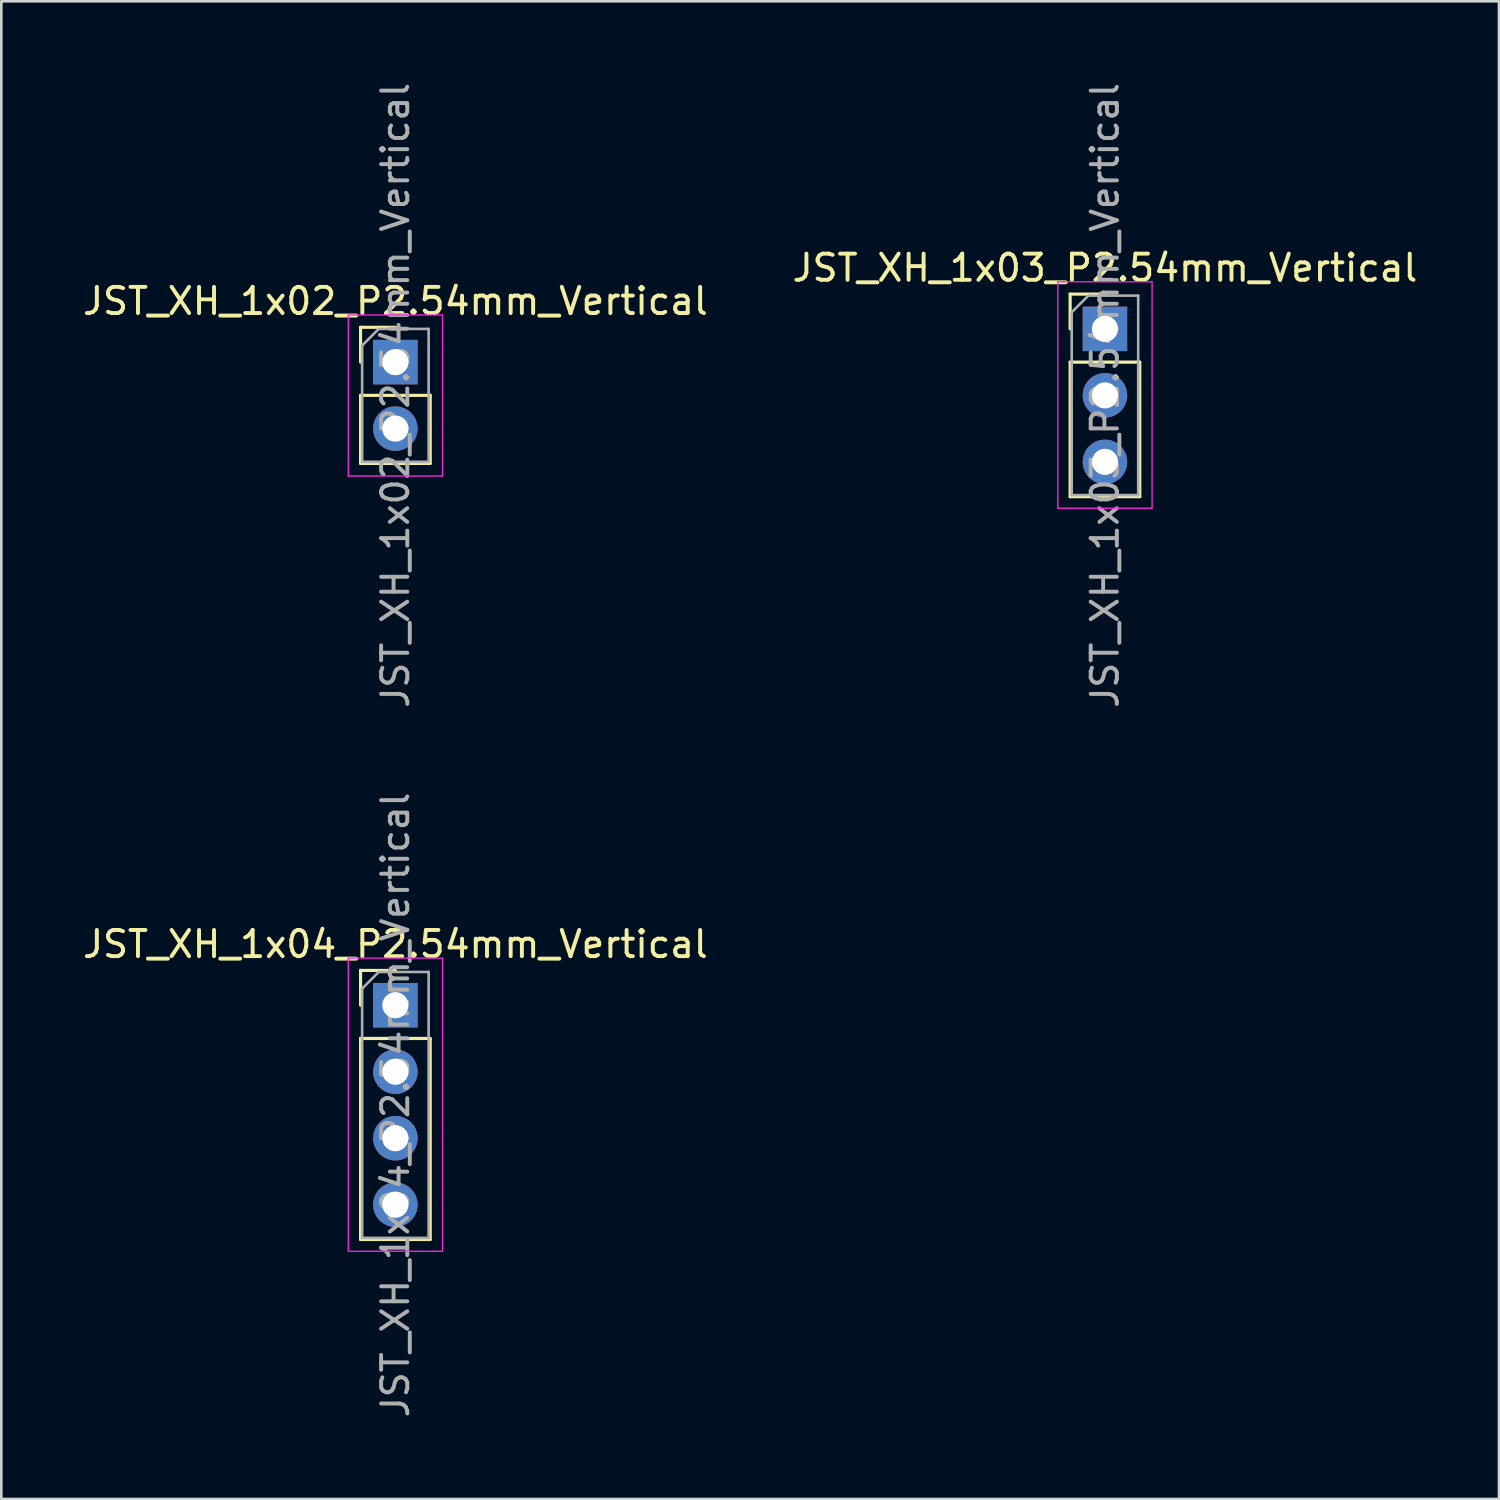
<source format=kicad_pcb>
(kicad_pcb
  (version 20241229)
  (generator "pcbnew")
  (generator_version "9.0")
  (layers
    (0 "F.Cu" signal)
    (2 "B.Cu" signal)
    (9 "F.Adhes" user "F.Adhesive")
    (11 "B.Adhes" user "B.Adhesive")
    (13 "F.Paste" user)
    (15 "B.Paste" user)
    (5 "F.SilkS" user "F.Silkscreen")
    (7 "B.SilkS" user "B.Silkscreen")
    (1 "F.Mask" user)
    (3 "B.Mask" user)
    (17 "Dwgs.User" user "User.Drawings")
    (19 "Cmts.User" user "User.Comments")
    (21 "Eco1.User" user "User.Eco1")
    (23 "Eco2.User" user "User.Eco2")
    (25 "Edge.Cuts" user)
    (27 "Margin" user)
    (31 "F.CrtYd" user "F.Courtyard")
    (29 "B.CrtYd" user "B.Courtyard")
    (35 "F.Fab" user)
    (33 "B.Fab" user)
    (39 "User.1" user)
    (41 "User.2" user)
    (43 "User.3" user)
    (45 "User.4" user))
  (footprint "JST_XH_1x03_P2.54mm_Vertical"
    (layer "F.Cu")
    (at 39.161 9.514)
    (property "Reference" "JST_XH_1x03_P2.54mm_Vertical" (at 0 -2.33 0) (layer "F.SilkS") (effects (font (size 1 1) (thickness 0.15))))
    (attr through_hole)
    (fp_line (start -1.33 -1.33) (end 0 -1.33) (stroke (width 0.12) (type solid)) (layer "F.SilkS"))
    (fp_line (start -1.33 0) (end -1.33 -1.33) (stroke (width 0.12) (type solid)) (layer "F.SilkS"))
    (fp_line (start -1.33 1.27) (end -1.33 6.41) (stroke (width 0.12) (type solid)) (layer "F.SilkS"))
    (fp_line (start -1.33 1.27) (end 1.33 1.27) (stroke (width 0.12) (type solid)) (layer "F.SilkS"))
    (fp_line (start -1.33 6.41) (end 1.33 6.41) (stroke (width 0.12) (type solid)) (layer "F.SilkS"))
    (fp_line (start 1.33 1.27) (end 1.33 6.41) (stroke (width 0.12) (type solid)) (layer "F.SilkS"))
    (fp_line (start -1.8 -1.8) (end -1.8 6.85) (stroke (width 0.05) (type solid)) (layer "F.CrtYd"))
    (fp_line (start -1.8 6.85) (end 1.8 6.85) (stroke (width 0.05) (type solid)) (layer "F.CrtYd"))
    (fp_line (start 1.8 -1.8) (end -1.8 -1.8) (stroke (width 0.05) (type solid)) (layer "F.CrtYd"))
    (fp_line (start 1.8 6.85) (end 1.8 -1.8) (stroke (width 0.05) (type solid)) (layer "F.CrtYd"))
    (fp_line (start -1.27 -0.635) (end -0.635 -1.27) (stroke (width 0.1) (type solid)) (layer "F.Fab"))
    (fp_line (start -1.27 6.35) (end -1.27 -0.635) (stroke (width 0.1) (type solid)) (layer "F.Fab"))
    (fp_line (start -0.635 -1.27) (end 1.27 -1.27) (stroke (width 0.1) (type solid)) (layer "F.Fab"))
    (fp_line (start 1.27 -1.27) (end 1.27 6.35) (stroke (width 0.1) (type solid)) (layer "F.Fab"))
    (fp_line (start 1.27 6.35) (end -1.27 6.35) (stroke (width 0.1) (type solid)) (layer "F.Fab"))
    (fp_text user "${REFERENCE}" (at 0 2.54 90) (layer "F.Fab") (effects (font (size 1 1) (thickness 0.15))))
    (pad "1" thru_hole rect (at 0 0) (size 1.7 1.7) (drill 1) (layers "*.Cu" "*.Mask"))
    (pad "2" thru_hole oval (at 0 2.54) (size 1.7 1.7) (drill 1) (layers "*.Cu" "*.Mask"))
    (pad "3" thru_hole oval (at 0 5.08) (size 1.7 1.7) (drill 1) (layers "*.Cu" "*.Mask")))
  (footprint "JST_XH_1x04_P2.54mm_Vertical"
    (layer "F.Cu")
    (at 12.054 35.351)
    (property "Reference" "JST_XH_1x04_P2.54mm_Vertical" (at 0 -2.33 0) (layer "F.SilkS") (effects (font (size 1 1) (thickness 0.15))))
    (attr through_hole)
    (fp_line (start -1.33 -1.33) (end 0 -1.33) (stroke (width 0.12) (type solid)) (layer "F.SilkS"))
    (fp_line (start -1.33 0) (end -1.33 -1.33) (stroke (width 0.12) (type solid)) (layer "F.SilkS"))
    (fp_line (start -1.33 1.27) (end -1.33 8.95) (stroke (width 0.12) (type solid)) (layer "F.SilkS"))
    (fp_line (start -1.33 1.27) (end 1.33 1.27) (stroke (width 0.12) (type solid)) (layer "F.SilkS"))
    (fp_line (start -1.33 8.95) (end 1.33 8.95) (stroke (width 0.12) (type solid)) (layer "F.SilkS"))
    (fp_line (start 1.33 1.27) (end 1.33 8.95) (stroke (width 0.12) (type solid)) (layer "F.SilkS"))
    (fp_line (start -1.8 -1.8) (end -1.8 9.4) (stroke (width 0.05) (type solid)) (layer "F.CrtYd"))
    (fp_line (start -1.8 9.4) (end 1.8 9.4) (stroke (width 0.05) (type solid)) (layer "F.CrtYd"))
    (fp_line (start 1.8 -1.8) (end -1.8 -1.8) (stroke (width 0.05) (type solid)) (layer "F.CrtYd"))
    (fp_line (start 1.8 9.4) (end 1.8 -1.8) (stroke (width 0.05) (type solid)) (layer "F.CrtYd"))
    (fp_line (start -1.27 -0.635) (end -0.635 -1.27) (stroke (width 0.1) (type solid)) (layer "F.Fab"))
    (fp_line (start -1.27 8.89) (end -1.27 -0.635) (stroke (width 0.1) (type solid)) (layer "F.Fab"))
    (fp_line (start -0.635 -1.27) (end 1.27 -1.27) (stroke (width 0.1) (type solid)) (layer "F.Fab"))
    (fp_line (start 1.27 -1.27) (end 1.27 8.89) (stroke (width 0.1) (type solid)) (layer "F.Fab"))
    (fp_line (start 1.27 8.89) (end -1.27 8.89) (stroke (width 0.1) (type solid)) (layer "F.Fab"))
    (fp_text user "${REFERENCE}" (at 0 3.81 90) (layer "F.Fab") (effects (font (size 1 1) (thickness 0.15))))
    (pad "1" thru_hole rect (at 0 0) (size 1.7 1.7) (drill 1) (layers "*.Cu" "*.Mask"))
    (pad "2" thru_hole oval (at 0 2.54) (size 1.7 1.7) (drill 1) (layers "*.Cu" "*.Mask"))
    (pad "3" thru_hole oval (at 0 5.08) (size 1.7 1.7) (drill 1) (layers "*.Cu" "*.Mask"))
    (pad "4" thru_hole oval (at 0 7.62) (size 1.7 1.7) (drill 1) (layers "*.Cu" "*.Mask")))
  (footprint "JST_XH_1x02_P2.54mm_Vertical"
    (layer "F.Cu")
    (at 12.054 10.784)
    (property "Reference" "JST_XH_1x02_P2.54mm_Vertical" (at 0 -2.33 0) (layer "F.SilkS") (effects (font (size 1 1) (thickness 0.15))))
    (attr through_hole)
    (fp_line (start -1.33 -1.33) (end 0 -1.33) (stroke (width 0.12) (type solid)) (layer "F.SilkS"))
    (fp_line (start -1.33 0) (end -1.33 -1.33) (stroke (width 0.12) (type solid)) (layer "F.SilkS"))
    (fp_line (start -1.33 1.27) (end -1.33 3.87) (stroke (width 0.12) (type solid)) (layer "F.SilkS"))
    (fp_line (start -1.33 1.27) (end 1.33 1.27) (stroke (width 0.12) (type solid)) (layer "F.SilkS"))
    (fp_line (start -1.33 3.87) (end 1.33 3.87) (stroke (width 0.12) (type solid)) (layer "F.SilkS"))
    (fp_line (start 1.33 1.27) (end 1.33 3.87) (stroke (width 0.12) (type solid)) (layer "F.SilkS"))
    (fp_line (start -1.8 -1.8) (end -1.8 4.35) (stroke (width 0.05) (type solid)) (layer "F.CrtYd"))
    (fp_line (start -1.8 4.35) (end 1.8 4.35) (stroke (width 0.05) (type solid)) (layer "F.CrtYd"))
    (fp_line (start 1.8 -1.8) (end -1.8 -1.8) (stroke (width 0.05) (type solid)) (layer "F.CrtYd"))
    (fp_line (start 1.8 4.35) (end 1.8 -1.8) (stroke (width 0.05) (type solid)) (layer "F.CrtYd"))
    (fp_line (start -1.27 -0.635) (end -0.635 -1.27) (stroke (width 0.1) (type solid)) (layer "F.Fab"))
    (fp_line (start -1.27 3.81) (end -1.27 -0.635) (stroke (width 0.1) (type solid)) (layer "F.Fab"))
    (fp_line (start -0.635 -1.27) (end 1.27 -1.27) (stroke (width 0.1) (type solid)) (layer "F.Fab"))
    (fp_line (start 1.27 -1.27) (end 1.27 3.81) (stroke (width 0.1) (type solid)) (layer "F.Fab"))
    (fp_line (start 1.27 3.81) (end -1.27 3.81) (stroke (width 0.1) (type solid)) (layer "F.Fab"))
    (fp_text user "${REFERENCE}" (at 0 1.27 90) (layer "F.Fab") (effects (font (size 1 1) (thickness 0.15))))
    (pad "1" thru_hole rect (at 0 0) (size 1.7 1.7) (drill 1) (layers "*.Cu" "*.Mask"))
    (pad "2" thru_hole oval (at 0 2.54) (size 1.7 1.7) (drill 1) (layers "*.Cu" "*.Mask")))
  (gr_rect
    (start -3 -3)
    (end 54.214 54.214)
    (stroke (width 0.1) (type default))
    (fill no)
    (layer "Edge.Cuts")))
</source>
